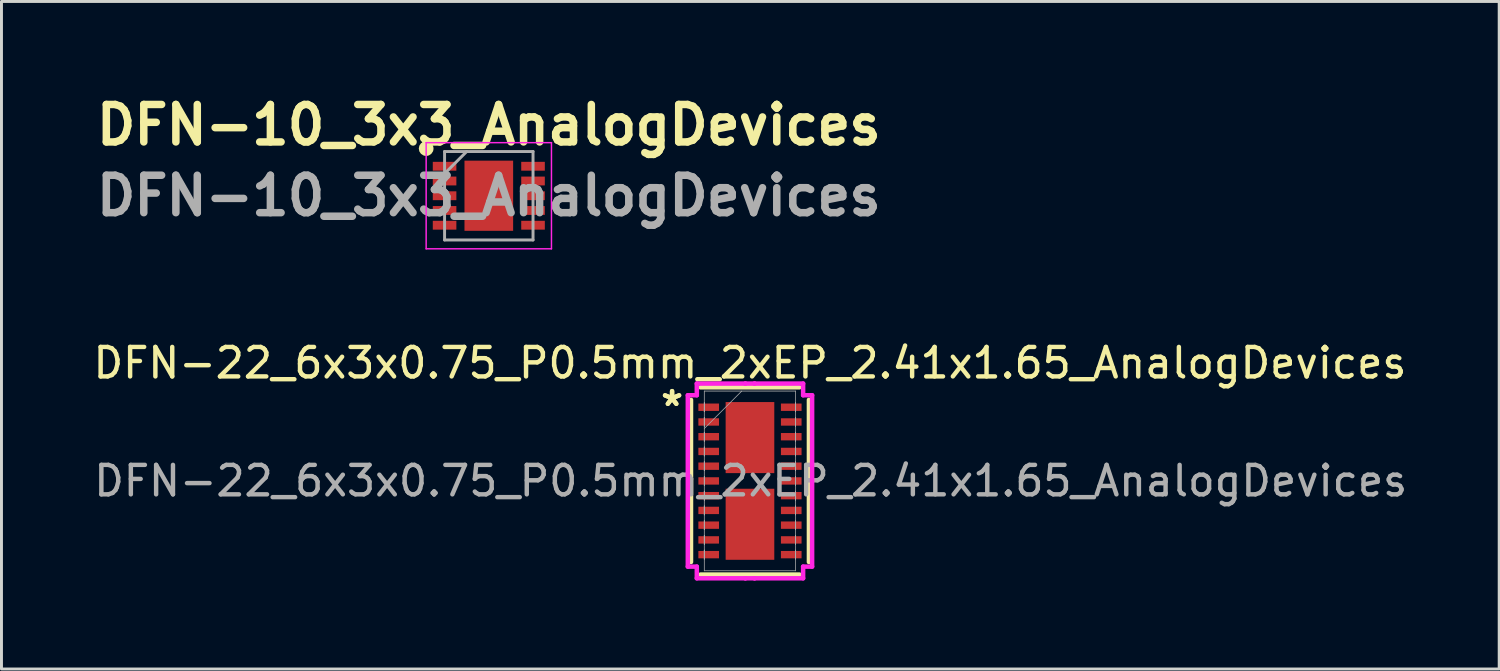
<source format=kicad_pcb>
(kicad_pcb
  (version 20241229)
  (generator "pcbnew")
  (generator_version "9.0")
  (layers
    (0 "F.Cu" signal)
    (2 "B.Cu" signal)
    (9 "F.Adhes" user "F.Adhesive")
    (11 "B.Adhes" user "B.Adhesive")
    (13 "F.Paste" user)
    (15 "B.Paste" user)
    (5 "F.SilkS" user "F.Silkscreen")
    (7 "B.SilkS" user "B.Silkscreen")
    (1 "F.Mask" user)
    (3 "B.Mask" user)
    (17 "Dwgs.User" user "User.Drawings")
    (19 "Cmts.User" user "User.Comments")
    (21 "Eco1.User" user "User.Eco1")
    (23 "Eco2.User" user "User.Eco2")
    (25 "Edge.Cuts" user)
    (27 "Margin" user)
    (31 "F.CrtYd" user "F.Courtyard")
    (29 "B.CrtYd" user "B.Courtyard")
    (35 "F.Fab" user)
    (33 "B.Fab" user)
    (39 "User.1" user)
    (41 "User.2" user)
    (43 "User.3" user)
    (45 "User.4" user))
  (footprint "DFN-22_6x3x0.75_P0.5mm_2xEP_2.41x1.65_AnalogDevices"
    (layer "F.Cu")
    (at 22.387 13.262)
    (property "Reference" "DFN-22_6x3x0.75_P0.5mm_2xEP_2.41x1.65_AnalogDevices" (at 0 -4 0) (unlocked yes) (layer "F.SilkS") (effects (font (size 1 1) (thickness 0.15))))
    (attr smd)
    (fp_line (start -2 -2.75) (end -2 2.75) (stroke (width 0.152) (type solid)) (layer "F.SilkS"))
    (fp_line (start -1.676 3.175) (end 1.676 3.175) (stroke (width 0.152) (type solid)) (layer "F.SilkS"))
    (fp_line (start 1.676 -3.175) (end -1.676 -3.175) (stroke (width 0.152) (type solid)) (layer "F.SilkS"))
    (fp_line (start 2 -2.75) (end 2 2.75) (stroke (width 0.152) (type solid)) (layer "F.SilkS"))
    (fp_line (start -2.108 -2.906) (end -1.803 -2.906) (stroke (width 0.152) (type solid)) (layer "F.CrtYd"))
    (fp_line (start -2.108 2.906) (end -2.108 -2.906) (stroke (width 0.152) (type solid)) (layer "F.CrtYd"))
    (fp_line (start -1.803 -3.302) (end -0.156 -3.302) (stroke (width 0.152) (type solid)) (layer "F.CrtYd"))
    (fp_line (start -1.803 -2.906) (end -1.803 -3.302) (stroke (width 0.152) (type solid)) (layer "F.CrtYd"))
    (fp_line (start -1.803 2.906) (end -2.108 2.906) (stroke (width 0.152) (type solid)) (layer "F.CrtYd"))
    (fp_line (start -1.803 3.302) (end -1.803 2.906) (stroke (width 0.152) (type solid)) (layer "F.CrtYd"))
    (fp_line (start -0.156 -3.302) (end -0.156 -3.302) (stroke (width 0.152) (type solid)) (layer "F.CrtYd"))
    (fp_line (start -0.156 -3.302) (end 0.156 -3.302) (stroke (width 0.152) (type solid)) (layer "F.CrtYd"))
    (fp_line (start -0.156 3.302) (end -1.803 3.302) (stroke (width 0.152) (type solid)) (layer "F.CrtYd"))
    (fp_line (start -0.156 3.302) (end -0.156 3.302) (stroke (width 0.152) (type solid)) (layer "F.CrtYd"))
    (fp_line (start 0.156 -3.302) (end 0.156 -3.302) (stroke (width 0.152) (type solid)) (layer "F.CrtYd"))
    (fp_line (start 0.156 -3.302) (end 1.803 -3.302) (stroke (width 0.152) (type solid)) (layer "F.CrtYd"))
    (fp_line (start 0.156 3.302) (end -0.156 3.302) (stroke (width 0.152) (type solid)) (layer "F.CrtYd"))
    (fp_line (start 0.156 3.302) (end 0.156 3.302) (stroke (width 0.152) (type solid)) (layer "F.CrtYd"))
    (fp_line (start 1.803 -3.302) (end 1.803 -2.906) (stroke (width 0.152) (type solid)) (layer "F.CrtYd"))
    (fp_line (start 1.803 -2.906) (end 2.108 -2.906) (stroke (width 0.152) (type solid)) (layer "F.CrtYd"))
    (fp_line (start 1.803 2.906) (end 1.803 3.302) (stroke (width 0.152) (type solid)) (layer "F.CrtYd"))
    (fp_line (start 1.803 3.302) (end 0.156 3.302) (stroke (width 0.152) (type solid)) (layer "F.CrtYd"))
    (fp_line (start 2.108 -2.906) (end 2.108 2.906) (stroke (width 0.152) (type solid)) (layer "F.CrtYd"))
    (fp_line (start 2.108 2.906) (end 1.803 2.906) (stroke (width 0.152) (type solid)) (layer "F.CrtYd"))
    (fp_line (start -1.549 -3.048) (end -1.549 3.048) (stroke (width 0.025) (type solid)) (layer "F.Fab"))
    (fp_line (start -1.549 -2.652) (end -1.549 -2.652) (stroke (width 0.025) (type solid)) (layer "F.Fab"))
    (fp_line (start -1.549 -2.652) (end -1.549 -2.348) (stroke (width 0.025) (type solid)) (layer "F.Fab"))
    (fp_line (start -1.549 -2.348) (end -1.549 -2.652) (stroke (width 0.025) (type solid)) (layer "F.Fab"))
    (fp_line (start -1.549 -2.348) (end -1.549 -2.348) (stroke (width 0.025) (type solid)) (layer "F.Fab"))
    (fp_line (start -1.549 -2.152) (end -1.549 -2.152) (stroke (width 0.025) (type solid)) (layer "F.Fab"))
    (fp_line (start -1.549 -2.152) (end -1.549 -1.848) (stroke (width 0.025) (type solid)) (layer "F.Fab"))
    (fp_line (start -1.549 -1.848) (end -1.549 -2.152) (stroke (width 0.025) (type solid)) (layer "F.Fab"))
    (fp_line (start -1.549 -1.848) (end -1.549 -1.848) (stroke (width 0.025) (type solid)) (layer "F.Fab"))
    (fp_line (start -1.549 -1.778) (end -0.279 -3.048) (stroke (width 0.025) (type solid)) (layer "F.Fab"))
    (fp_line (start -1.549 -1.652) (end -1.549 -1.652) (stroke (width 0.025) (type solid)) (layer "F.Fab"))
    (fp_line (start -1.549 -1.652) (end -1.549 -1.348) (stroke (width 0.025) (type solid)) (layer "F.Fab"))
    (fp_line (start -1.549 -1.348) (end -1.549 -1.652) (stroke (width 0.025) (type solid)) (layer "F.Fab"))
    (fp_line (start -1.549 -1.348) (end -1.549 -1.348) (stroke (width 0.025) (type solid)) (layer "F.Fab"))
    (fp_line (start -1.549 -1.152) (end -1.549 -1.152) (stroke (width 0.025) (type solid)) (layer "F.Fab"))
    (fp_line (start -1.549 -1.152) (end -1.549 -0.848) (stroke (width 0.025) (type solid)) (layer "F.Fab"))
    (fp_line (start -1.549 -0.848) (end -1.549 -1.152) (stroke (width 0.025) (type solid)) (layer "F.Fab"))
    (fp_line (start -1.549 -0.848) (end -1.549 -0.848) (stroke (width 0.025) (type solid)) (layer "F.Fab"))
    (fp_line (start -1.549 -0.652) (end -1.549 -0.652) (stroke (width 0.025) (type solid)) (layer "F.Fab"))
    (fp_line (start -1.549 -0.652) (end -1.549 -0.348) (stroke (width 0.025) (type solid)) (layer "F.Fab"))
    (fp_line (start -1.549 -0.348) (end -1.549 -0.652) (stroke (width 0.025) (type solid)) (layer "F.Fab"))
    (fp_line (start -1.549 -0.348) (end -1.549 -0.348) (stroke (width 0.025) (type solid)) (layer "F.Fab"))
    (fp_line (start -1.549 -0.152) (end -1.549 -0.152) (stroke (width 0.025) (type solid)) (layer "F.Fab"))
    (fp_line (start -1.549 -0.152) (end -1.549 0.152) (stroke (width 0.025) (type solid)) (layer "F.Fab"))
    (fp_line (start -1.549 0.152) (end -1.549 -0.152) (stroke (width 0.025) (type solid)) (layer "F.Fab"))
    (fp_line (start -1.549 0.152) (end -1.549 0.152) (stroke (width 0.025) (type solid)) (layer "F.Fab"))
    (fp_line (start -1.549 0.348) (end -1.549 0.348) (stroke (width 0.025) (type solid)) (layer "F.Fab"))
    (fp_line (start -1.549 0.348) (end -1.549 0.652) (stroke (width 0.025) (type solid)) (layer "F.Fab"))
    (fp_line (start -1.549 0.652) (end -1.549 0.348) (stroke (width 0.025) (type solid)) (layer "F.Fab"))
    (fp_line (start -1.549 0.652) (end -1.549 0.652) (stroke (width 0.025) (type solid)) (layer "F.Fab"))
    (fp_line (start -1.549 0.848) (end -1.549 0.848) (stroke (width 0.025) (type solid)) (layer "F.Fab"))
    (fp_line (start -1.549 0.848) (end -1.549 1.152) (stroke (width 0.025) (type solid)) (layer "F.Fab"))
    (fp_line (start -1.549 1.152) (end -1.549 0.848) (stroke (width 0.025) (type solid)) (layer "F.Fab"))
    (fp_line (start -1.549 1.152) (end -1.549 1.152) (stroke (width 0.025) (type solid)) (layer "F.Fab"))
    (fp_line (start -1.549 1.348) (end -1.549 1.348) (stroke (width 0.025) (type solid)) (layer "F.Fab"))
    (fp_line (start -1.549 1.348) (end -1.549 1.652) (stroke (width 0.025) (type solid)) (layer "F.Fab"))
    (fp_line (start -1.549 1.652) (end -1.549 1.348) (stroke (width 0.025) (type solid)) (layer "F.Fab"))
    (fp_line (start -1.549 1.652) (end -1.549 1.652) (stroke (width 0.025) (type solid)) (layer "F.Fab"))
    (fp_line (start -1.549 1.848) (end -1.549 1.848) (stroke (width 0.025) (type solid)) (layer "F.Fab"))
    (fp_line (start -1.549 1.848) (end -1.549 2.152) (stroke (width 0.025) (type solid)) (layer "F.Fab"))
    (fp_line (start -1.549 2.152) (end -1.549 1.848) (stroke (width 0.025) (type solid)) (layer "F.Fab"))
    (fp_line (start -1.549 2.152) (end -1.549 2.152) (stroke (width 0.025) (type solid)) (layer "F.Fab"))
    (fp_line (start -1.549 2.348) (end -1.549 2.348) (stroke (width 0.025) (type solid)) (layer "F.Fab"))
    (fp_line (start -1.549 2.348) (end -1.549 2.652) (stroke (width 0.025) (type solid)) (layer "F.Fab"))
    (fp_line (start -1.549 2.652) (end -1.549 2.348) (stroke (width 0.025) (type solid)) (layer "F.Fab"))
    (fp_line (start -1.549 2.652) (end -1.549 2.652) (stroke (width 0.025) (type solid)) (layer "F.Fab"))
    (fp_line (start -1.549 3.048) (end 1.549 3.048) (stroke (width 0.025) (type solid)) (layer "F.Fab"))
    (fp_line (start 1.549 -3.048) (end -1.549 -3.048) (stroke (width 0.025) (type solid)) (layer "F.Fab"))
    (fp_line (start 1.549 -2.652) (end 1.549 -2.652) (stroke (width 0.025) (type solid)) (layer "F.Fab"))
    (fp_line (start 1.549 -2.652) (end 1.549 -2.348) (stroke (width 0.025) (type solid)) (layer "F.Fab"))
    (fp_line (start 1.549 -2.348) (end 1.549 -2.652) (stroke (width 0.025) (type solid)) (layer "F.Fab"))
    (fp_line (start 1.549 -2.348) (end 1.549 -2.348) (stroke (width 0.025) (type solid)) (layer "F.Fab"))
    (fp_line (start 1.549 -2.152) (end 1.549 -2.152) (stroke (width 0.025) (type solid)) (layer "F.Fab"))
    (fp_line (start 1.549 -2.152) (end 1.549 -1.848) (stroke (width 0.025) (type solid)) (layer "F.Fab"))
    (fp_line (start 1.549 -1.848) (end 1.549 -2.152) (stroke (width 0.025) (type solid)) (layer "F.Fab"))
    (fp_line (start 1.549 -1.848) (end 1.549 -1.848) (stroke (width 0.025) (type solid)) (layer "F.Fab"))
    (fp_line (start 1.549 -1.652) (end 1.549 -1.652) (stroke (width 0.025) (type solid)) (layer "F.Fab"))
    (fp_line (start 1.549 -1.652) (end 1.549 -1.348) (stroke (width 0.025) (type solid)) (layer "F.Fab"))
    (fp_line (start 1.549 -1.348) (end 1.549 -1.652) (stroke (width 0.025) (type solid)) (layer "F.Fab"))
    (fp_line (start 1.549 -1.348) (end 1.549 -1.348) (stroke (width 0.025) (type solid)) (layer "F.Fab"))
    (fp_line (start 1.549 -1.152) (end 1.549 -1.152) (stroke (width 0.025) (type solid)) (layer "F.Fab"))
    (fp_line (start 1.549 -1.152) (end 1.549 -0.848) (stroke (width 0.025) (type solid)) (layer "F.Fab"))
    (fp_line (start 1.549 -0.848) (end 1.549 -1.152) (stroke (width 0.025) (type solid)) (layer "F.Fab"))
    (fp_line (start 1.549 -0.848) (end 1.549 -0.848) (stroke (width 0.025) (type solid)) (layer "F.Fab"))
    (fp_line (start 1.549 -0.652) (end 1.549 -0.652) (stroke (width 0.025) (type solid)) (layer "F.Fab"))
    (fp_line (start 1.549 -0.652) (end 1.549 -0.348) (stroke (width 0.025) (type solid)) (layer "F.Fab"))
    (fp_line (start 1.549 -0.348) (end 1.549 -0.652) (stroke (width 0.025) (type solid)) (layer "F.Fab"))
    (fp_line (start 1.549 -0.348) (end 1.549 -0.348) (stroke (width 0.025) (type solid)) (layer "F.Fab"))
    (fp_line (start 1.549 -0.152) (end 1.549 -0.152) (stroke (width 0.025) (type solid)) (layer "F.Fab"))
    (fp_line (start 1.549 -0.152) (end 1.549 0.152) (stroke (width 0.025) (type solid)) (layer "F.Fab"))
    (fp_line (start 1.549 0.152) (end 1.549 -0.152) (stroke (width 0.025) (type solid)) (layer "F.Fab"))
    (fp_line (start 1.549 0.152) (end 1.549 0.152) (stroke (width 0.025) (type solid)) (layer "F.Fab"))
    (fp_line (start 1.549 0.348) (end 1.549 0.348) (stroke (width 0.025) (type solid)) (layer "F.Fab"))
    (fp_line (start 1.549 0.348) (end 1.549 0.652) (stroke (width 0.025) (type solid)) (layer "F.Fab"))
    (fp_line (start 1.549 0.652) (end 1.549 0.348) (stroke (width 0.025) (type solid)) (layer "F.Fab"))
    (fp_line (start 1.549 0.652) (end 1.549 0.652) (stroke (width 0.025) (type solid)) (layer "F.Fab"))
    (fp_line (start 1.549 0.848) (end 1.549 0.848) (stroke (width 0.025) (type solid)) (layer "F.Fab"))
    (fp_line (start 1.549 0.848) (end 1.549 1.152) (stroke (width 0.025) (type solid)) (layer "F.Fab"))
    (fp_line (start 1.549 1.152) (end 1.549 0.848) (stroke (width 0.025) (type solid)) (layer "F.Fab"))
    (fp_line (start 1.549 1.152) (end 1.549 1.152) (stroke (width 0.025) (type solid)) (layer "F.Fab"))
    (fp_line (start 1.549 1.348) (end 1.549 1.348) (stroke (width 0.025) (type solid)) (layer "F.Fab"))
    (fp_line (start 1.549 1.348) (end 1.549 1.652) (stroke (width 0.025) (type solid)) (layer "F.Fab"))
    (fp_line (start 1.549 1.652) (end 1.549 1.348) (stroke (width 0.025) (type solid)) (layer "F.Fab"))
    (fp_line (start 1.549 1.652) (end 1.549 1.652) (stroke (width 0.025) (type solid)) (layer "F.Fab"))
    (fp_line (start 1.549 1.848) (end 1.549 1.848) (stroke (width 0.025) (type solid)) (layer "F.Fab"))
    (fp_line (start 1.549 1.848) (end 1.549 2.152) (stroke (width 0.025) (type solid)) (layer "F.Fab"))
    (fp_line (start 1.549 2.152) (end 1.549 1.848) (stroke (width 0.025) (type solid)) (layer "F.Fab"))
    (fp_line (start 1.549 2.152) (end 1.549 2.152) (stroke (width 0.025) (type solid)) (layer "F.Fab"))
    (fp_line (start 1.549 2.348) (end 1.549 2.348) (stroke (width 0.025) (type solid)) (layer "F.Fab"))
    (fp_line (start 1.549 2.348) (end 1.549 2.652) (stroke (width 0.025) (type solid)) (layer "F.Fab"))
    (fp_line (start 1.549 2.652) (end 1.549 2.348) (stroke (width 0.025) (type solid)) (layer "F.Fab"))
    (fp_line (start 1.549 2.652) (end 1.549 2.652) (stroke (width 0.025) (type solid)) (layer "F.Fab"))
    (fp_line (start 1.549 3.048) (end 1.549 -3.048) (stroke (width 0.025) (type solid)) (layer "F.Fab"))
    (fp_text user "*" (at -2.642 -2.5 0) (layer "F.SilkS") (effects (font (size 1 1) (thickness 0.15))))
    (fp_text user "*" (at -2.642 -2.5 0) (unlocked yes) (layer "F.SilkS") (effects (font (size 1 1) (thickness 0.15))))
    (fp_text user "${REFERENCE}" (at 0.025 0 0) (unlocked yes) (layer "F.Fab") (effects (font (size 1 1) (thickness 0.15))))
    (pad "1" smd rect (at -1.4 -2.5 90) (size 0.25 0.7) (layers "F.Cu" "F.Mask" "F.Paste"))
    (pad "2" smd rect (at -1.4 -2 90) (size 0.25 0.7) (layers "F.Cu" "F.Mask" "F.Paste"))
    (pad "3" smd rect (at -1.4 -1.5 90) (size 0.25 0.7) (layers "F.Cu" "F.Mask" "F.Paste"))
    (pad "4" smd rect (at -1.4 -1 90) (size 0.25 0.7) (layers "F.Cu" "F.Mask" "F.Paste"))
    (pad "5" smd rect (at -1.4 -0.5 90) (size 0.25 0.7) (layers "F.Cu" "F.Mask" "F.Paste"))
    (pad "6" smd rect (at -1.4 0 90) (size 0.25 0.7) (layers "F.Cu" "F.Mask" "F.Paste"))
    (pad "7" smd rect (at -1.4 0.5 90) (size 0.25 0.7) (layers "F.Cu" "F.Mask" "F.Paste"))
    (pad "8" smd rect (at -1.4 1 90) (size 0.25 0.7) (layers "F.Cu" "F.Mask" "F.Paste"))
    (pad "9" smd rect (at -1.4 1.5 90) (size 0.25 0.7) (layers "F.Cu" "F.Mask" "F.Paste"))
    (pad "10" smd rect (at -1.4 2 90) (size 0.25 0.7) (layers "F.Cu" "F.Mask" "F.Paste"))
    (pad "11" smd rect (at -1.4 2.5 90) (size 0.25 0.7) (layers "F.Cu" "F.Mask" "F.Paste"))
    (pad "12" smd rect (at 1.4 2.5 90) (size 0.25 0.7) (layers "F.Cu" "F.Mask" "F.Paste"))
    (pad "13" smd rect (at 1.4 2 90) (size 0.25 0.7) (layers "F.Cu" "F.Mask" "F.Paste"))
    (pad "14" smd rect (at 1.4 1.5 90) (size 0.25 0.7) (layers "F.Cu" "F.Mask" "F.Paste"))
    (pad "15" smd rect (at 1.4 1 90) (size 0.25 0.7) (layers "F.Cu" "F.Mask" "F.Paste"))
    (pad "16" smd rect (at 1.4 0.5 90) (size 0.25 0.7) (layers "F.Cu" "F.Mask" "F.Paste"))
    (pad "17" smd rect (at 1.4 0 90) (size 0.25 0.7) (layers "F.Cu" "F.Mask" "F.Paste"))
    (pad "18" smd rect (at 1.4 -0.5 90) (size 0.25 0.7) (layers "F.Cu" "F.Mask" "F.Paste"))
    (pad "19" smd rect (at 1.4 -1 90) (size 0.25 0.7) (layers "F.Cu" "F.Mask" "F.Paste"))
    (pad "20" smd rect (at 1.4 -1.5 90) (size 0.25 0.7) (layers "F.Cu" "F.Mask" "F.Paste"))
    (pad "21" smd rect (at 1.4 -2 90) (size 0.25 0.7) (layers "F.Cu" "F.Mask" "F.Paste"))
    (pad "22" smd rect (at 1.4 -2.5 90) (size 0.25 0.7) (layers "F.Cu" "F.Mask" "F.Paste"))
    (pad "23" smd rect (at 0 -1.47) (size 1.65 2.41) (layers "F.Cu" "F.Mask" "F.Paste"))
    (pad "24" smd rect (at 0 1.47) (size 1.65 2.41) (layers "F.Cu" "F.Mask" "F.Paste")))
  (footprint "DFN-10_3x3_AnalogDevices"
    (layer "F.Cu")
    (at 13.529 3.589)
    (property "Reference" "DFN-10_3x3_AnalogDevices" (at 0 -2.4 0) (layer "F.SilkS") (effects (font (size 1.27 1.27) (thickness 0.254))))
    (attr smd)
    (fp_circle (center -2.125 -1.6) (end -2.125 -1.475) (stroke (width 0.25) (type solid)) (fill no) (layer "F.SilkS"))
    (fp_line (start -2.125 -1.8) (end 2.125 -1.8) (stroke (width 0.05) (type solid)) (layer "F.CrtYd"))
    (fp_line (start -2.125 1.8) (end -2.125 -1.8) (stroke (width 0.05) (type solid)) (layer "F.CrtYd"))
    (fp_line (start 2.125 -1.8) (end 2.125 1.8) (stroke (width 0.05) (type solid)) (layer "F.CrtYd"))
    (fp_line (start 2.125 1.8) (end -2.125 1.8) (stroke (width 0.05) (type solid)) (layer "F.CrtYd"))
    (fp_line (start -1.5 -1.5) (end 1.5 -1.5) (stroke (width 0.1) (type solid)) (layer "F.Fab"))
    (fp_line (start -1.5 -0.75) (end -0.75 -1.5) (stroke (width 0.1) (type solid)) (layer "F.Fab"))
    (fp_line (start -1.5 1.5) (end -1.5 -1.5) (stroke (width 0.1) (type solid)) (layer "F.Fab"))
    (fp_line (start 1.5 -1.5) (end 1.5 1.5) (stroke (width 0.1) (type solid)) (layer "F.Fab"))
    (fp_line (start 1.5 1.5) (end -1.5 1.5) (stroke (width 0.1) (type solid)) (layer "F.Fab"))
    (fp_text user "${REFERENCE}" (at 0 0 0) (layer "F.Fab") (effects (font (size 1.27 1.27) (thickness 0.254))))
    (pad "1" smd rect (at -1.5 -1 90) (size 0.3 0.8) (layers "F.Cu" "F.Mask" "F.Paste"))
    (pad "2" smd rect (at -1.5 -0.5 90) (size 0.3 0.8) (layers "F.Cu" "F.Mask" "F.Paste"))
    (pad "3" smd rect (at -1.5 0 90) (size 0.3 0.8) (layers "F.Cu" "F.Mask" "F.Paste"))
    (pad "4" smd rect (at -1.5 0.5 90) (size 0.3 0.8) (layers "F.Cu" "F.Mask" "F.Paste"))
    (pad "5" smd rect (at -1.5 1 90) (size 0.3 0.8) (layers "F.Cu" "F.Mask" "F.Paste"))
    (pad "6" smd rect (at 1.5 1 90) (size 0.3 0.8) (layers "F.Cu" "F.Mask" "F.Paste"))
    (pad "7" smd rect (at 1.5 0.5 90) (size 0.3 0.8) (layers "F.Cu" "F.Mask" "F.Paste"))
    (pad "8" smd rect (at 1.5 0 90) (size 0.3 0.8) (layers "F.Cu" "F.Mask" "F.Paste"))
    (pad "9" smd rect (at 1.5 -0.5 90) (size 0.3 0.8) (layers "F.Cu" "F.Mask" "F.Paste"))
    (pad "10" smd rect (at 1.5 -1 90) (size 0.3 0.8) (layers "F.Cu" "F.Mask" "F.Paste"))
    (pad "11" smd rect (at 0 0) (size 1.65 2.38) (layers "F.Cu" "F.Mask" "F.Paste")))
  (gr_rect
    (start -3 -3)
    (end 47.799 19.64)
    (stroke (width 0.1) (type default))
    (fill no)
    (layer "Edge.Cuts")))
</source>
